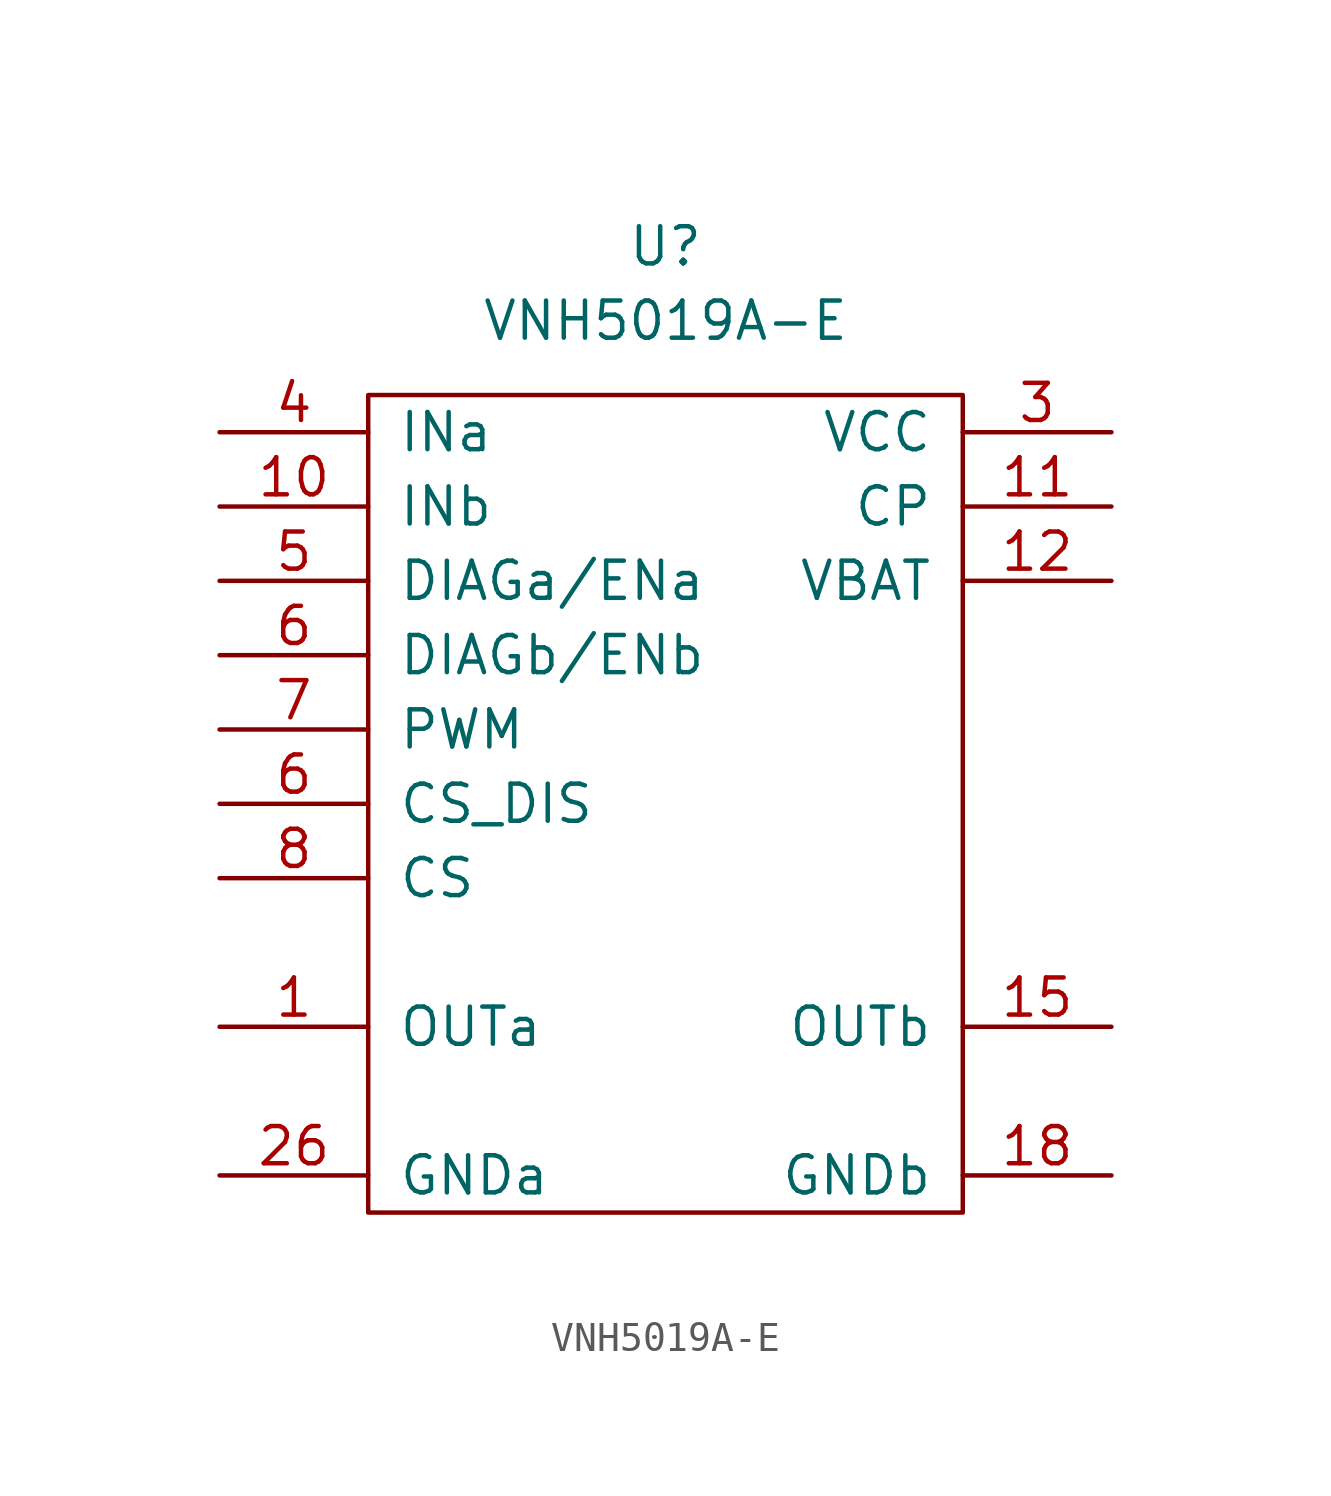
<source format=kicad_sym>
(kicad_symbol_lib
  (version 20211014)
  (generator kicad_symbol_editor)
  (symbol "VNH5019A-E"
    (pin_names
      (offset 1.016))
    (property "Reference" "U"
      (at 0 19.05 0)
      (effects (font (size 1.27 1.27))))
    (property "Value" "VNH5019A-E"
      (at 0 16.51 0)
      (effects (font (size 1.27 1.27))))
    (symbol "VNH5019A-E_0_1"
      (rectangle (start -10.16 13.97) (end 10.16 -13.97) (stroke (width 0) (type default) (color 0 0 0 0)) (fill (type none))))
    (symbol "VNH5019A-E_1_1"
      (pin passive line (at -15.24 -7.62 0) (length 5.08) (name "OUTa" (effects (font (size 1.27 1.27)))) (number "1" (effects (font (size 1.27 1.27)))))
      (pin passive line (at -15.24 10.16 0) (length 5.08) (name "INb" (effects (font (size 1.27 1.27)))) (number "10" (effects (font (size 1.27 1.27)))))
      (pin passive line (at 15.24 10.16 180) (length 5.08) (name "CP" (effects (font (size 1.27 1.27)))) (number "11" (effects (font (size 1.27 1.27)))))
      (pin passive line (at 15.24 7.62 180) (length 5.08) (name "VBAT" (effects (font (size 1.27 1.27)))) (number "12" (effects (font (size 1.27 1.27)))))
      (pin passive line (at 15.24 -7.62 180) (length 5.08) (name "OUTb" (effects (font (size 1.27 1.27)))) (number "15" (effects (font (size 1.27 1.27)))))
      (pin passive line (at 15.24 -12.7 180) (length 5.08) (name "GNDb" (effects (font (size 1.27 1.27)))) (number "18" (effects (font (size 1.27 1.27)))))
      (pin passive line (at -15.24 -12.7 0) (length 5.08) (name "GNDa" (effects (font (size 1.27 1.27)))) (number "26" (effects (font (size 1.27 1.27)))))
      (pin passive line (at 15.24 12.7 180) (length 5.08) (name "VCC" (effects (font (size 1.27 1.27)))) (number "3" (effects (font (size 1.27 1.27)))))
      (pin passive line (at -15.24 12.7 0) (length 5.08) (name "INa" (effects (font (size 1.27 1.27)))) (number "4" (effects (font (size 1.27 1.27)))))
      (pin passive line (at -15.24 7.62 0) (length 5.08) (name "DIAGa/ENa" (effects (font (size 1.27 1.27)))) (number "5" (effects (font (size 1.27 1.27)))))
      (pin passive line (at -15.24 0 0) (length 5.08) (name "CS_DIS" (effects (font (size 1.27 1.27)))) (number "6" (effects (font (size 1.27 1.27)))))
      (pin passive line (at -15.24 5.08 0) (length 5.08) (name "DIAGb/ENb" (effects (font (size 1.27 1.27)))) (number "6" (effects (font (size 1.27 1.27)))))
      (pin passive line (at -15.24 2.54 0) (length 5.08) (name "PWM" (effects (font (size 1.27 1.27)))) (number "7" (effects (font (size 1.27 1.27)))))
      (pin passive line (at -15.24 -2.54 0) (length 5.08) (name "CS" (effects (font (size 1.27 1.27)))) (number "8" (effects (font (size 1.27 1.27))))))))
</source>
